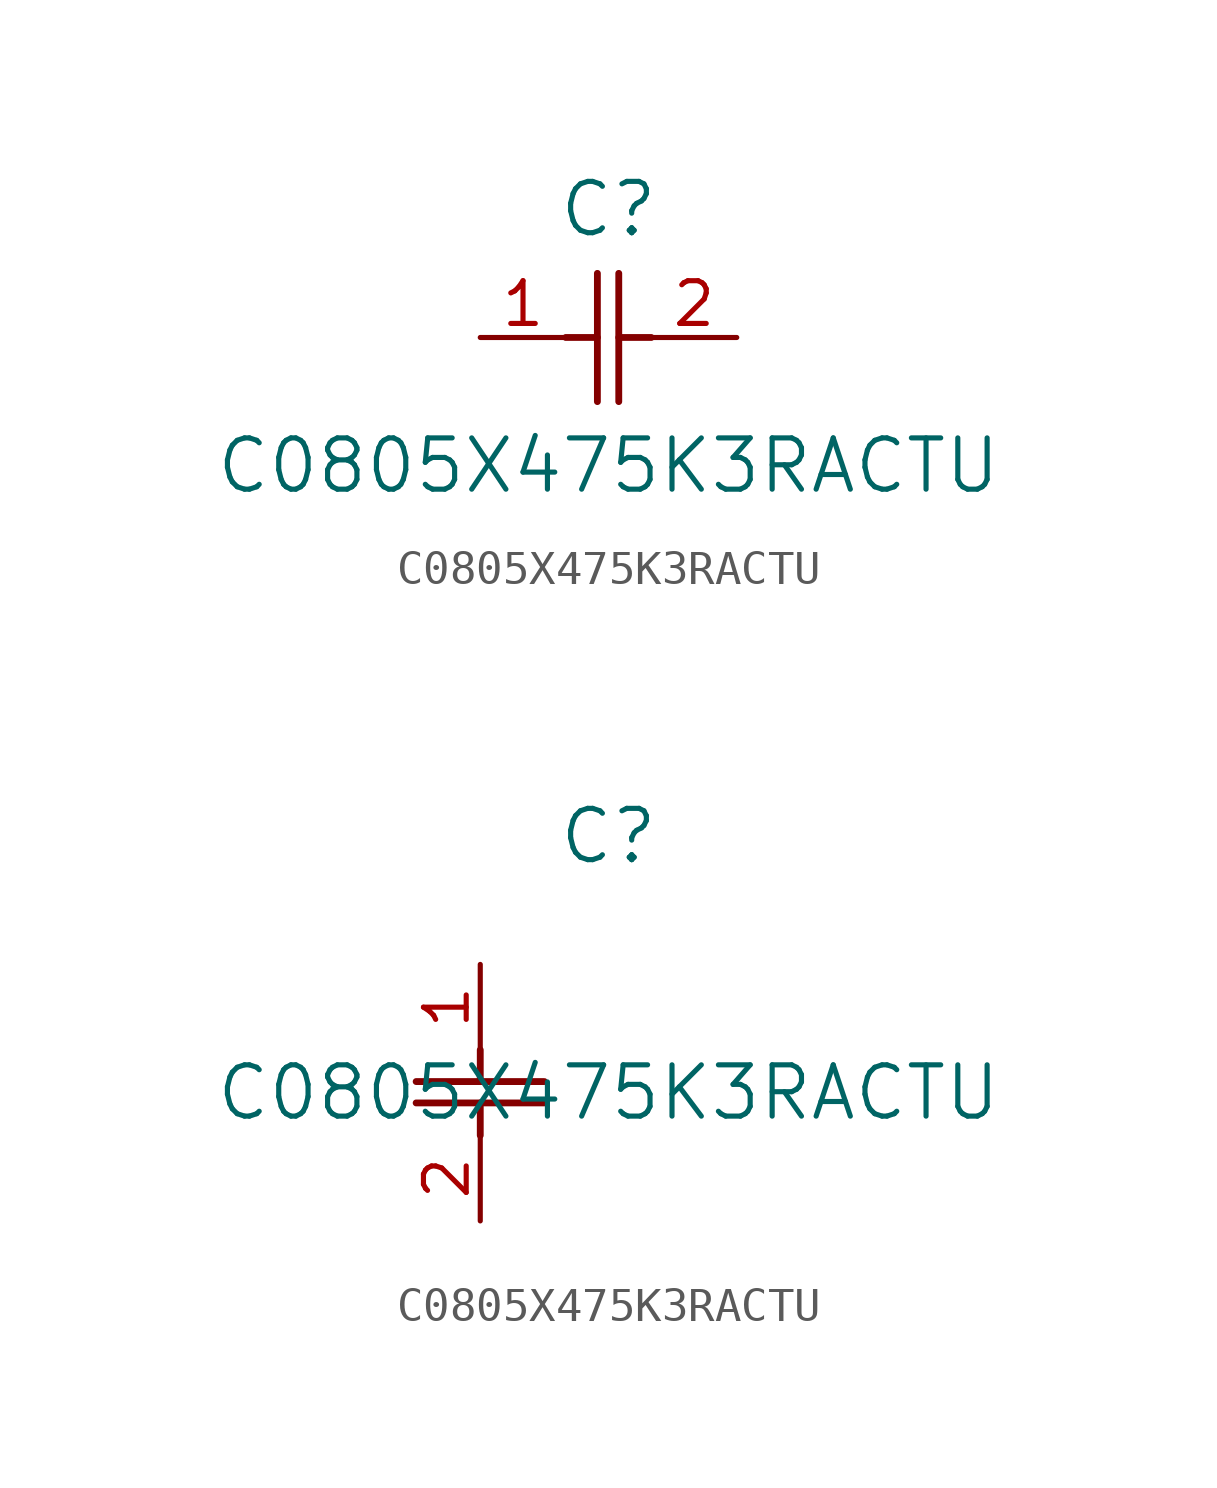
<source format=kicad_sym>
(kicad_symbol_lib
  (version 20211014)
  (generator kicad_symbol_editor)
  (symbol "C0805X475K3RACTU"
    (pin_names
      (offset 0.254))
    (property "Reference" "C"
      (at 3.81 3.81 0)
      (effects (font (size 1.524 1.524))))
    (property "Value" "C0805X475K3RACTU"
      (at 3.81 -3.81 0)
      (effects (font (size 1.524 1.524))))
    (symbol "C0805X475K3RACTU_1_1"
      (polyline (pts (xy 3.48 -1.905) (xy 3.48 1.905)) (stroke (width 0.203) (type default) (color 0 0 0 0)) (fill (type none)))
      (polyline (pts (xy 4.115 -1.905) (xy 4.115 1.905)) (stroke (width 0.203) (type default) (color 0 0 0 0)) (fill (type none)))
      (polyline (pts (xy 4.115 0) (xy 5.08 0)) (stroke (width 0.203) (type default) (color 0 0 0 0)) (fill (type none)))
      (polyline (pts (xy 2.54 0) (xy 3.48 0)) (stroke (width 0.203) (type default) (color 0 0 0 0)) (fill (type none)))
      (pin unspecified line (at 0 0 0) (length 2.54) (name "" (effects (font (size 1.27 1.27)))) (number "1" (effects (font (size 1.27 1.27)))))
      (pin unspecified line (at 7.62 0 180) (length 2.54) (name "" (effects (font (size 1.27 1.27)))) (number "2" (effects (font (size 1.27 1.27))))))
    (symbol "C0805X475K3RACTU_1_2"
      (polyline (pts (xy -1.905 -3.48) (xy 1.905 -3.48)) (stroke (width 0.203) (type default) (color 0 0 0 0)) (fill (type none)))
      (polyline (pts (xy -1.905 -4.115) (xy 1.905 -4.115)) (stroke (width 0.203) (type default) (color 0 0 0 0)) (fill (type none)))
      (polyline (pts (xy 0 -4.115) (xy 0 -5.08)) (stroke (width 0.203) (type default) (color 0 0 0 0)) (fill (type none)))
      (polyline (pts (xy 0 -2.54) (xy 0 -3.48)) (stroke (width 0.203) (type default) (color 0 0 0 0)) (fill (type none)))
      (pin unspecified line (at 0 0 270) (length 2.54) (name "" (effects (font (size 1.27 1.27)))) (number "1" (effects (font (size 1.27 1.27)))))
      (pin unspecified line (at 0 -7.62 90) (length 2.54) (name "" (effects (font (size 1.27 1.27)))) (number "2" (effects (font (size 1.27 1.27))))))))
</source>
